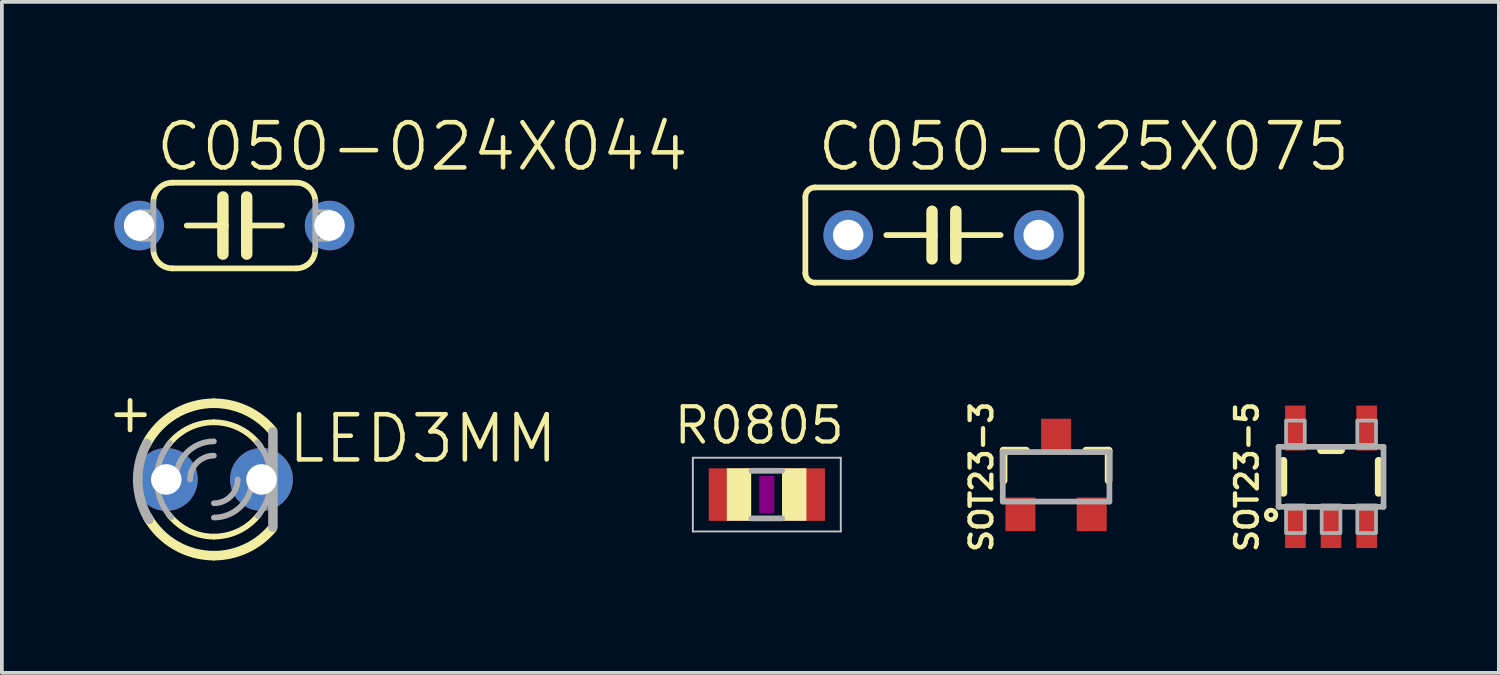
<source format=kicad_pcb>
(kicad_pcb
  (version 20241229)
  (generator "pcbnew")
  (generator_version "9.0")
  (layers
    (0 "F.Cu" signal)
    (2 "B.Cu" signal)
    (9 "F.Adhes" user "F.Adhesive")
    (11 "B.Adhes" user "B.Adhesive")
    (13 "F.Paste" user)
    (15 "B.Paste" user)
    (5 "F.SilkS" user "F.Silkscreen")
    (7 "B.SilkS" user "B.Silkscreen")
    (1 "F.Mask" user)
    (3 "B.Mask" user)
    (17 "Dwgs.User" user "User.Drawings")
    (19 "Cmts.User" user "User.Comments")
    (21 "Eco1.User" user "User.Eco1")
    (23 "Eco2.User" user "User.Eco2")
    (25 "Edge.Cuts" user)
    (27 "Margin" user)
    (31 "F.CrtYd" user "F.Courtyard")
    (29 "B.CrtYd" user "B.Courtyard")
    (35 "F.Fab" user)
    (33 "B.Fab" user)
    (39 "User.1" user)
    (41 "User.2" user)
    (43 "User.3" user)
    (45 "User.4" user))
  (footprint "C050-024X044"
    (layer "F.Cu")
    (at 3.2 2.965)
    (property "Reference" "C050-024X044" (at -2.159 -1.397 0) (layer "F.SilkS") (effects (font (size 1.206 1.206) (thickness 0.121)) (justify left bottom)))
    (attr through_hole)
    (fp_line (start -1.27 0) (end -0.305 0) (stroke (width 0.152) (type solid)) (layer "F.SilkS"))
    (fp_line (start -0.305 -0.762) (end -0.305 0) (stroke (width 0.305) (type solid)) (layer "F.SilkS"))
    (fp_line (start -0.305 0) (end -0.305 0.762) (stroke (width 0.305) (type solid)) (layer "F.SilkS"))
    (fp_line (start 0.33 -0.762) (end 0.33 0) (stroke (width 0.305) (type solid)) (layer "F.SilkS"))
    (fp_line (start 0.33 0) (end 0.33 0.762) (stroke (width 0.305) (type solid)) (layer "F.SilkS"))
    (fp_line (start 1.27 0) (end 0.33 0) (stroke (width 0.152) (type solid)) (layer "F.SilkS"))
    (fp_line (start 1.651 -1.143) (end -1.651 -1.143) (stroke (width 0.152) (type solid)) (layer "F.SilkS"))
    (fp_line (start 1.651 1.143) (end -1.651 1.143) (stroke (width 0.152) (type solid)) (layer "F.SilkS"))
    (fp_arc (start -2.159 -0.635) (mid -2.01021 -0.99421) (end -1.651 -1.143) (stroke (width 0.1524) (type solid)) (layer "F.SilkS"))
    (fp_arc (start -1.651 1.143) (mid -2.01021 0.99421) (end -2.159 0.635) (stroke (width 0.1524) (type solid)) (layer "F.SilkS"))
    (fp_arc (start 1.651 -1.143) (mid 2.01021 -0.99421) (end 2.159 -0.635) (stroke (width 0.1524) (type solid)) (layer "F.SilkS"))
    (fp_arc (start 2.159 0.635) (mid 2.01021 0.99421) (end 1.651 1.143) (stroke (width 0.1524) (type solid)) (layer "F.SilkS"))
    (fp_line (start -2.159 0.635) (end -2.159 -0.635) (stroke (width 0.152) (type solid)) (layer "F.Fab"))
    (fp_line (start 2.159 0.635) (end 2.159 -0.635) (stroke (width 0.152) (type solid)) (layer "F.Fab"))
    (fp_poly (pts (xy -2.54 0.381) (xy -2.159 0.381) (xy -2.159 -0.381) (xy -2.54 -0.381)) (stroke (width 0.1) (type solid)) (fill no) (layer "F.Fab"))
    (fp_poly (pts (xy 2.159 0.381) (xy 2.54 0.381) (xy 2.54 -0.381) (xy 2.159 -0.381)) (stroke (width 0.1) (type solid)) (fill no) (layer "F.Fab"))
    (pad "1" thru_hole circle (at -2.54 0) (size 1.321 1.321) (drill 0.813) (layers "*.Cu" "*.Mask"))
    (pad "2" thru_hole circle (at 2.54 0) (size 1.321 1.321) (drill 0.813) (layers "*.Cu" "*.Mask")))
  (footprint "R0805"
    (layer "F.Cu")
    (at 17.401 10.141)
    (property "Reference" "R0805" (at -2.54 -1.295 0) (layer "F.SilkS") (effects (font (size 0.941 0.941) (thickness 0.113)) (justify left bottom)))
    (attr through_hole)
    (fp_poly (pts (xy -1.067 0.699) (xy -0.417 0.699) (xy -0.417 -0.702) (xy -1.067 -0.702)) (stroke (width 0) (type solid)) (fill yes) (layer "F.SilkS"))
    (fp_poly (pts (xy 0.406 0.699) (xy 1.056 0.699) (xy 1.056 -0.702) (xy 0.406 -0.702)) (stroke (width 0) (type solid)) (fill yes) (layer "F.SilkS"))
    (fp_poly (pts (xy -0.2 0.5) (xy 0.2 0.5) (xy 0.2 -0.5) (xy -0.2 -0.5)) (stroke (width 0) (type solid)) (fill yes) (layer "F.Adhes"))
    (fp_line (start -1.973 -0.983) (end 1.973 -0.983) (stroke (width 0.051) (type solid)) (layer "Dwgs.User"))
    (fp_line (start -1.973 0.983) (end -1.973 -0.983) (stroke (width 0.051) (type solid)) (layer "Dwgs.User"))
    (fp_line (start 1.973 -0.983) (end 1.973 0.983) (stroke (width 0.051) (type solid)) (layer "Dwgs.User"))
    (fp_line (start 1.973 0.983) (end -1.973 0.983) (stroke (width 0.051) (type solid)) (layer "Dwgs.User"))
    (fp_line (start -0.41 -0.635) (end 0.41 -0.635) (stroke (width 0.152) (type solid)) (layer "F.Fab"))
    (fp_line (start -0.41 0.635) (end 0.41 0.635) (stroke (width 0.152) (type solid)) (layer "F.Fab"))
    (pad "1" smd rect (at -1 0) (size 1.1 1.4) (layers "F.Cu" "F.Mask" "F.Paste"))
    (pad "2" smd rect (at 1 0) (size 1.1 1.4) (layers "F.Cu" "F.Mask" "F.Paste")))
  (footprint "C050-025X075"
    (layer "F.Cu")
    (at 22.112 3.219)
    (property "Reference" "C050-025X075" (at -3.429 -1.651 0) (layer "F.SilkS") (effects (font (size 1.206 1.206) (thickness 0.121)) (justify left bottom)))
    (attr through_hole)
    (fp_line (start -3.683 -1.016) (end -3.683 1.016) (stroke (width 0.152) (type solid)) (layer "F.SilkS"))
    (fp_line (start -3.429 1.27) (end 3.429 1.27) (stroke (width 0.152) (type solid)) (layer "F.SilkS"))
    (fp_line (start -0.305 -0.635) (end -0.305 0) (stroke (width 0.305) (type solid)) (layer "F.SilkS"))
    (fp_line (start -0.305 0) (end -1.524 0) (stroke (width 0.152) (type solid)) (layer "F.SilkS"))
    (fp_line (start -0.305 0) (end -0.305 0.635) (stroke (width 0.305) (type solid)) (layer "F.SilkS"))
    (fp_line (start 0.33 -0.635) (end 0.33 0) (stroke (width 0.305) (type solid)) (layer "F.SilkS"))
    (fp_line (start 0.33 0) (end 0.33 0.635) (stroke (width 0.305) (type solid)) (layer "F.SilkS"))
    (fp_line (start 0.33 0) (end 1.524 0) (stroke (width 0.152) (type solid)) (layer "F.SilkS"))
    (fp_line (start 3.429 -1.27) (end -3.429 -1.27) (stroke (width 0.152) (type solid)) (layer "F.SilkS"))
    (fp_line (start 3.683 1.016) (end 3.683 -1.016) (stroke (width 0.152) (type solid)) (layer "F.SilkS"))
    (fp_arc (start -3.683 -1.016) (mid -3.608605 -1.195605) (end -3.429 -1.27) (stroke (width 0.1524) (type solid)) (layer "F.SilkS"))
    (fp_arc (start -3.429 1.27) (mid -3.608605 1.195605) (end -3.683 1.016) (stroke (width 0.1524) (type solid)) (layer "F.SilkS"))
    (fp_arc (start 3.429 -1.27) (mid 3.608605 -1.195605) (end 3.683 -1.016) (stroke (width 0.1524) (type solid)) (layer "F.SilkS"))
    (fp_arc (start 3.683 1.016) (mid 3.608605 1.195605) (end 3.429 1.27) (stroke (width 0.1524) (type solid)) (layer "F.SilkS"))
    (pad "1" thru_hole circle (at -2.54 0) (size 1.321 1.321) (drill 0.813) (layers "*.Cu" "*.Mask"))
    (pad "2" thru_hole circle (at 2.54 0) (size 1.321 1.321) (drill 0.813) (layers "*.Cu" "*.Mask")))
  (footprint "LED3MM"
    (layer "F.Cu")
    (at 2.654 9.737)
    (property "Reference" "LED3MM" (at 1.905 -0.381 180) (layer "F.SilkS") (effects (font (size 1.206 1.206) (thickness 0.121)) (justify left bottom)))
    (attr through_hole)
    (fp_line (start -2.591 -1.727) (end -1.854 -1.727) (stroke (width 0.127) (type solid)) (layer "F.SilkS"))
    (fp_line (start -2.235 -1.321) (end -2.235 -2.108) (stroke (width 0.127) (type solid)) (layer "F.SilkS"))
    (fp_arc (start -1.7929 -0.9562) (mid -1.045438 -1.7424) (end 0 -2.032) (stroke (width 0.254) (type solid)) (layer "F.SilkS"))
    (fp_arc (start -1.2192 -0.9144) (mid -0.681554 -1.363107) (end 0 -1.524) (stroke (width 0.1524) (type solid)) (layer "F.SilkS"))
    (fp_arc (start 0 -2.032) (mid 0.861864 -1.840173) (end 1.561 -1.3009) (stroke (width 0.254) (type solid)) (layer "F.SilkS"))
    (fp_arc (start 0 -1.524) (mid 0.697339 -1.355082) (end 1.2401 -0.885801) (stroke (width 0.1524) (type solid)) (layer "F.SilkS"))
    (fp_arc (start 0 1.524) (mid -0.669593 1.369018) (end -1.203 0.9356) (stroke (width 0.1524) (type solid)) (layer "F.SilkS"))
    (fp_arc (start 0 2.032) (mid -1.019924 1.757525) (end -1.7643 1.0082) (stroke (width 0.254) (type solid)) (layer "F.SilkS"))
    (fp_arc (start 1.203 0.9356) (mid 0.669593 1.369018) (end 0 1.524) (stroke (width 0.1524) (type solid)) (layer "F.SilkS"))
    (fp_arc (start 1.5512 1.3126) (mid 0.854953 1.843405) (end 0 2.032) (stroke (width 0.254) (type solid)) (layer "F.SilkS"))
    (fp_line (start 1.575 1.27) (end 1.575 -1.27) (stroke (width 0.254) (type solid)) (layer "F.Fab"))
    (fp_arc (start -2.032 0) (mid -1.970339 -0.496775) (end -1.7891 -0.9634) (stroke (width 0.254) (type solid)) (layer "F.Fab"))
    (fp_arc (start -1.7306 1.065) (mid -1.95521 0.553417) (end -2.032 0) (stroke (width 0.254) (type solid)) (layer "F.Fab"))
    (fp_arc (start -1.524 0) (mid -1.432981 -0.518783) (end -1.1708 -0.9756) (stroke (width 0.1524) (type solid)) (layer "F.Fab"))
    (fp_arc (start -1.1391 1.0125) (mid -1.42454 0.5416) (end -1.524 0) (stroke (width 0.1524) (type solid)) (layer "F.Fab"))
    (fp_arc (start -1.016 0) (mid -0.71842 -0.71842) (end 0 -1.016) (stroke (width 0.1524) (type solid)) (layer "F.Fab"))
    (fp_arc (start -0.635 0) (mid -0.449013 -0.449013) (end 0 -0.635) (stroke (width 0.1524) (type solid)) (layer "F.Fab"))
    (fp_arc (start 0.635 0) (mid 0.449013 0.449013) (end 0 0.635) (stroke (width 0.1524) (type solid)) (layer "F.Fab"))
    (fp_arc (start 1.016 0) (mid 0.71842 0.71842) (end 0 1.016) (stroke (width 0.1524) (type solid)) (layer "F.Fab"))
    (fp_arc (start 1.1571 -0.9918) (mid 1.429332 -0.528744) (end 1.524 0) (stroke (width 0.1524) (type solid)) (layer "F.Fab"))
    (fp_arc (start 1.524 0) (mid 1.432981 0.518783) (end 1.1708 0.9756) (stroke (width 0.1524) (type solid)) (layer "F.Fab"))
    (pad "A" thru_hole circle (at -1.27 0) (size 1.676 1.676) (drill 0.813) (layers "*.Cu" "*.Mask"))
    (pad "K" thru_hole circle (at 1.27 0) (size 1.676 1.676) (drill 0.813) (layers "*.Cu" "*.Mask")))
  (footprint "SOT23-5"
    (layer "F.Cu")
    (at 32.449 9.667)
    (property "Reference" "SOT23-5" (at -1.905 0 90) (layer "F.SilkS") (effects (font (size 0.579 0.579) (thickness 0.116)) (justify bottom)))
    (attr through_hole)
    (fp_line (start -1.27 0.429) (end -1.27 -0.429) (stroke (width 0.203) (type solid)) (layer "F.SilkS"))
    (fp_line (start -0.268 -0.709) (end 0.268 -0.709) (stroke (width 0.203) (type solid)) (layer "F.SilkS"))
    (fp_line (start 1.27 -0.429) (end 1.27 0.429) (stroke (width 0.203) (type solid)) (layer "F.SilkS"))
    (fp_circle (center -1.6 1.016) (end -1.537 1.016) (stroke (width 0.127) (type solid)) (fill no) (layer "F.SilkS"))
    (fp_line (start -1.4 -0.8) (end -1.4 0.8) (stroke (width 0.152) (type solid)) (layer "F.Fab"))
    (fp_line (start -1.4 -0.8) (end 1.4 -0.8) (stroke (width 0.152) (type solid)) (layer "F.Fab"))
    (fp_line (start 1.4 -0.8) (end 1.4 0.8) (stroke (width 0.152) (type solid)) (layer "F.Fab"))
    (fp_line (start 1.4 0.8) (end -1.4 0.8) (stroke (width 0.152) (type solid)) (layer "F.Fab"))
    (fp_poly (pts (xy -1.2 -0.85) (xy -0.7 -0.85) (xy -0.7 -1.5) (xy -1.2 -1.5)) (stroke (width 0.1) (type solid)) (fill no) (layer "F.Fab"))
    (fp_poly (pts (xy -1.2 1.5) (xy -0.7 1.5) (xy -0.7 0.85) (xy -1.2 0.85)) (stroke (width 0.1) (type solid)) (fill no) (layer "F.Fab"))
    (fp_poly (pts (xy -0.25 1.5) (xy 0.25 1.5) (xy 0.25 0.85) (xy -0.25 0.85)) (stroke (width 0.1) (type solid)) (fill no) (layer "F.Fab"))
    (fp_poly (pts (xy 0.7 -0.85) (xy 1.2 -0.85) (xy 1.2 -1.5) (xy 0.7 -1.5)) (stroke (width 0.1) (type solid)) (fill no) (layer "F.Fab"))
    (fp_poly (pts (xy 0.7 1.5) (xy 1.2 1.5) (xy 1.2 0.85) (xy 0.7 0.85)) (stroke (width 0.1) (type solid)) (fill no) (layer "F.Fab"))
    (pad "1" smd rect (at -0.95 1.3) (size 0.55 1.2) (layers "F.Cu" "F.Mask" "F.Paste"))
    (pad "2" smd rect (at 0 1.3) (size 0.55 1.2) (layers "F.Cu" "F.Mask" "F.Paste"))
    (pad "3" smd rect (at 0.95 1.3) (size 0.55 1.2) (layers "F.Cu" "F.Mask" "F.Paste"))
    (pad "4" smd rect (at 0.95 -1.3) (size 0.55 1.2) (layers "F.Cu" "F.Mask" "F.Paste"))
    (pad "5" smd rect (at -0.95 -1.3) (size 0.55 1.2) (layers "F.Cu" "F.Mask" "F.Paste")))
  (footprint "SOT23-3"
    (layer "F.Cu")
    (at 25.116 9.667)
    (property "Reference" "SOT23-3" (at -1.651 0 270) (layer "F.SilkS") (effects (font (size 0.579 0.579) (thickness 0.116)) (justify bottom)))
    (attr through_hole)
    (fp_line (start -1.4 -0.7) (end -1.4 0.1) (stroke (width 0.203) (type solid)) (layer "F.SilkS"))
    (fp_line (start -0.8 -0.7) (end -1.4 -0.7) (stroke (width 0.203) (type solid)) (layer "F.SilkS"))
    (fp_line (start 0.8 -0.7) (end 1.4 -0.7) (stroke (width 0.203) (type solid)) (layer "F.SilkS"))
    (fp_line (start 1.4 -0.7) (end 1.4 0.1) (stroke (width 0.203) (type solid)) (layer "F.SilkS"))
    (fp_line (start -1.422 -0.66) (end 1.422 -0.66) (stroke (width 0.152) (type solid)) (layer "F.Fab"))
    (fp_line (start -1.422 0.66) (end -1.422 -0.66) (stroke (width 0.152) (type solid)) (layer "F.Fab"))
    (fp_line (start 1.422 -0.66) (end 1.422 0.66) (stroke (width 0.152) (type solid)) (layer "F.Fab"))
    (fp_line (start 1.422 0.66) (end -1.422 0.66) (stroke (width 0.152) (type solid)) (layer "F.Fab"))
    (pad "1" smd rect (at -0.95 1) (size 0.8 0.9) (layers "F.Cu" "F.Mask" "F.Paste"))
    (pad "2" smd rect (at 0.95 1) (size 0.8 0.9) (layers "F.Cu" "F.Mask" "F.Paste"))
    (pad "3" smd rect (at 0 -1.1) (size 0.8 0.9) (layers "F.Cu" "F.Mask" "F.Paste")))
  (gr_rect
    (start -3 -3)
    (end 36.925 14.896)
    (stroke (width 0.1) (type default))
    (fill no)
    (layer "Edge.Cuts")))
</source>
